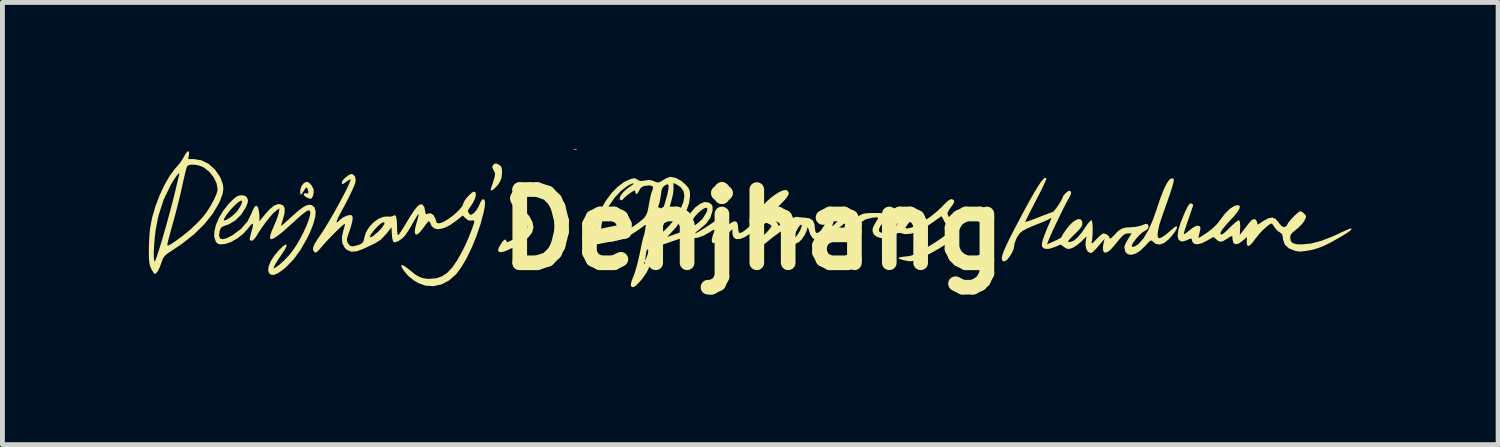
<source format=kicad_pcb>
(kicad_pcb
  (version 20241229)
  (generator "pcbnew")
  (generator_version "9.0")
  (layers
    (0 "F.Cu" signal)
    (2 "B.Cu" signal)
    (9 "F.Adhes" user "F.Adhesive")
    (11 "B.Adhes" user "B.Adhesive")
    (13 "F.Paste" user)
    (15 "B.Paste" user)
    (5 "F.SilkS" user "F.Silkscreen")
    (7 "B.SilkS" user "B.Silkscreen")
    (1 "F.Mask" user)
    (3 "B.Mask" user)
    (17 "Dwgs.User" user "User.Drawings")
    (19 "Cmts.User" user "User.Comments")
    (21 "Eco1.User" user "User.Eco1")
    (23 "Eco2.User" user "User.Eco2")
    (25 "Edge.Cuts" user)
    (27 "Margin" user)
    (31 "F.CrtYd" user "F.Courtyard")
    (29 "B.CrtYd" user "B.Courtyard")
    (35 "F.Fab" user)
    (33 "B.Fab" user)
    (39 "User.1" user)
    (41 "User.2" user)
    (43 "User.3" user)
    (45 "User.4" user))
  (footprint "Denjhang"
    (layer "F.Cu")
    (at 12.385 1.656)
    (property "Reference" "Denjhang" (at 0 0 0) (layer "F.SilkS") (effects (font (size 1.5 1.5) (thickness 0.3))))
    (attr board_only exclude_from_pos_files exclude_from_bom)
    (fp_poly (pts (xy -3.619 -1.653) (xy -3.616 -1.644) (xy -3.65 -1.64) (xy -3.686 -1.644) (xy -3.682 -1.653) (xy -3.63 -1.656)) (stroke (width 0) (type solid)) (fill yes) (layer "F.SilkS"))
    (fp_poly (pts (xy -5.257 -1.353) (xy -5.217 -1.333) (xy -5.175 -1.303) (xy -5.155 -1.265) (xy -5.149 -1.201) (xy -5.149 -1.164) (xy -5.158 -1.067) (xy -5.188 -0.988) (xy -5.228 -0.926) (xy -5.277 -0.869) (xy -5.324 -0.826) (xy -5.363 -0.804) (xy -5.383 -0.807) (xy -5.379 -0.835) (xy -5.364 -0.876) (xy -5.341 -0.948) (xy -5.322 -1.006) (xy -5.299 -1.087) (xy -5.292 -1.139) (xy -5.302 -1.179) (xy -5.322 -1.218) (xy -5.348 -1.271) (xy -5.347 -1.304) (xy -5.325 -1.332) (xy -5.292 -1.357)) (stroke (width 0) (type solid)) (fill yes) (layer "F.SilkS"))
    (fp_poly (pts (xy -9.101 -0.961) (xy -9.052 -0.908) (xy -9.016 -0.841) (xy -9.01 -0.824) (xy -9.007 -0.763) (xy -9.02 -0.698) (xy -9.044 -0.649) (xy -9.071 -0.632) (xy -9.115 -0.645) (xy -9.157 -0.664) (xy -9.2 -0.696) (xy -9.214 -0.729) (xy -9.196 -0.747) (xy -9.163 -0.743) (xy -9.124 -0.742) (xy -9.116 -0.776) (xy -9.135 -0.841) (xy -9.15 -0.865) (xy -9.169 -0.856) (xy -9.201 -0.81) (xy -9.213 -0.79) (xy -9.251 -0.734) (xy -9.272 -0.719) (xy -9.283 -0.738) (xy -9.283 -0.818) (xy -9.256 -0.896) (xy -9.21 -0.955) (xy -9.154 -0.982) (xy -9.149 -0.982)) (stroke (width 0) (type solid)) (fill yes) (layer "F.SilkS"))
    (fp_poly (pts (xy -4.552 -0.967) (xy -4.53 -0.933) (xy -4.55 -0.894) (xy -4.607 -0.86) (xy -4.62 -0.856) (xy -4.694 -0.82) (xy -4.773 -0.764) (xy -4.798 -0.742) (xy -4.844 -0.694) (xy -4.865 -0.652) (xy -4.859 -0.606) (xy -4.824 -0.549) (xy -4.757 -0.47) (xy -4.707 -0.416) (xy -4.593 -0.28) (xy -4.526 -0.158) (xy -4.504 -0.048) (xy -4.53 0.054) (xy -4.604 0.152) (xy -4.726 0.25) (xy -4.858 0.33) (xy -4.989 0.398) (xy -5.085 0.441) (xy -5.153 0.46) (xy -5.199 0.458) (xy -5.214 0.451) (xy -5.23 0.43) (xy -5.224 0.393) (xy -5.193 0.328) (xy -5.186 0.316) (xy -5.14 0.245) (xy -5.099 0.207) (xy -5.07 0.204) (xy -5.06 0.239) (xy -5.049 0.255) (xy -5.013 0.246) (xy -4.944 0.213) (xy -4.915 0.197) (xy -4.781 0.119) (xy -4.691 0.054) (xy -4.641 -0.004) (xy -4.629 -0.064) (xy -4.652 -0.131) (xy -4.708 -0.213) (xy -4.739 -0.252) (xy -4.842 -0.38) (xy -4.916 -0.478) (xy -4.962 -0.553) (xy -4.984 -0.613) (xy -4.985 -0.665) (xy -4.968 -0.716) (xy -4.951 -0.748) (xy -4.902 -0.809) (xy -4.828 -0.869) (xy -4.743 -0.921) (xy -4.658 -0.958) (xy -4.588 -0.974)) (stroke (width 0) (type solid)) (fill yes) (layer "F.SilkS"))
    (fp_poly (pts (xy -11.559 -1.564) (xy -11.564 -1.533) (xy -11.58 -1.447) (xy -11.46 -1.447) (xy -11.306 -1.421) (xy -11.163 -1.35) (xy -11.036 -1.239) (xy -10.933 -1.092) (xy -10.907 -1.038) (xy -10.869 -0.934) (xy -10.858 -0.836) (xy -10.875 -0.73) (xy -10.922 -0.604) (xy -10.951 -0.54) (xy -11.077 -0.326) (xy -11.247 -0.114) (xy -11.457 0.093) (xy -11.702 0.287) (xy -11.862 0.395) (xy -11.962 0.46) (xy -12.028 0.508) (xy -12.07 0.55) (xy -12.098 0.595) (xy -12.119 0.653) (xy -12.123 0.663) (xy -12.165 0.778) (xy -12.208 0.86) (xy -12.246 0.902) (xy -12.26 0.906) (xy -12.285 0.886) (xy -12.319 0.834) (xy -12.334 0.807) (xy -12.358 0.751) (xy -12.374 0.687) (xy -12.382 0.603) (xy -12.384 0.542) (xy -12.284 0.542) (xy -12.279 0.617) (xy -12.268 0.653) (xy -12.264 0.655) (xy -12.252 0.631) (xy -12.228 0.567) (xy -12.195 0.468) (xy -12.155 0.341) (xy -12.145 0.308) (xy -12.005 0.308) (xy -12.002 0.323) (xy -11.993 0.327) (xy -11.993 0.327) (xy -11.966 0.314) (xy -11.91 0.281) (xy -11.848 0.241) (xy -11.685 0.121) (xy -11.519 -0.017) (xy -11.37 -0.16) (xy -11.271 -0.269) (xy -11.192 -0.374) (xy -11.118 -0.492) (xy -11.053 -0.611) (xy -11.004 -0.719) (xy -10.978 -0.804) (xy -10.976 -0.831) (xy -10.998 -0.952) (xy -11.058 -1.075) (xy -11.147 -1.186) (xy -11.256 -1.272) (xy -11.28 -1.285) (xy -11.366 -1.317) (xy -11.458 -1.332) (xy -11.539 -1.33) (xy -11.592 -1.309) (xy -11.598 -1.303) (xy -11.612 -1.268) (xy -11.633 -1.193) (xy -11.658 -1.089) (xy -11.686 -0.966) (xy -11.693 -0.931) (xy -11.725 -0.785) (xy -11.768 -0.609) (xy -11.815 -0.42) (xy -11.863 -0.237) (xy -11.886 -0.157) (xy -11.932 0.008) (xy -11.965 0.131) (xy -11.988 0.218) (xy -12.001 0.275) (xy -12.005 0.308) (xy -12.145 0.308) (xy -12.11 0.193) (xy -12.089 0.12) (xy -12.036 -0.063) (xy -11.984 -0.253) (xy -11.934 -0.437) (xy -11.891 -0.602) (xy -11.858 -0.733) (xy -11.856 -0.743) (xy -11.826 -0.868) (xy -11.799 -0.98) (xy -11.778 -1.066) (xy -11.765 -1.116) (xy -11.764 -1.12) (xy -11.76 -1.154) (xy -11.777 -1.149) (xy -11.812 -1.111) (xy -11.859 -1.044) (xy -11.916 -0.953) (xy -11.931 -0.928) (xy -12.082 -0.616) (xy -12.19 -0.282) (xy -12.246 0.011) (xy -12.264 0.162) (xy -12.276 0.306) (xy -12.283 0.436) (xy -12.284 0.542) (xy -12.384 0.542) (xy -12.385 0.487) (xy -12.385 0.431) (xy -12.383 0.291) (xy -12.375 0.144) (xy -12.365 0.013) (xy -12.358 -0.042) (xy -12.317 -0.253) (xy -12.252 -0.475) (xy -12.168 -0.697) (xy -12.07 -0.907) (xy -11.963 -1.094) (xy -11.853 -1.246) (xy -11.812 -1.29) (xy -11.745 -1.37) (xy -11.686 -1.459) (xy -11.669 -1.491) (xy -11.626 -1.566) (xy -11.589 -1.604) (xy -11.566 -1.605)) (stroke (width 0) (type solid)) (fill yes) (layer "F.SilkS"))
    (fp_poly (pts (xy -10.418 -0.697) (xy -10.38 -0.666) (xy -10.367 -0.643) (xy -10.355 -0.6) (xy -10.361 -0.551) (xy -10.389 -0.48) (xy -10.407 -0.442) (xy -10.498 -0.302) (xy -10.617 -0.187) (xy -10.751 -0.108) (xy -10.799 -0.091) (xy -10.871 -0.065) (xy -10.911 -0.033) (xy -10.933 0.021) (xy -10.935 0.031) (xy -10.947 0.124) (xy -10.926 0.179) (xy -10.873 0.196) (xy -10.789 0.175) (xy -10.675 0.115) (xy -10.668 0.111) (xy -10.494 -0.019) (xy -10.366 -0.166) (xy -10.281 -0.334) (xy -10.273 -0.357) (xy -10.244 -0.425) (xy -10.212 -0.474) (xy -10.207 -0.479) (xy -10.178 -0.492) (xy -10.155 -0.465) (xy -10.145 -0.442) (xy -10.128 -0.371) (xy -10.12 -0.285) (xy -10.12 -0.273) (xy -10.12 -0.172) (xy -10.009 -0.308) (xy -9.909 -0.42) (xy -9.824 -0.49) (xy -9.748 -0.522) (xy -9.697 -0.524) (xy -9.632 -0.497) (xy -9.601 -0.435) (xy -9.605 -0.336) (xy -9.633 -0.229) (xy -9.657 -0.15) (xy -9.673 -0.095) (xy -9.675 -0.076) (xy -9.655 -0.092) (xy -9.605 -0.135) (xy -9.533 -0.199) (xy -9.449 -0.276) (xy -9.33 -0.381) (xy -9.237 -0.453) (xy -9.165 -0.495) (xy -9.105 -0.511) (xy -9.052 -0.504) (xy -9.044 -0.501) (xy -8.99 -0.456) (xy -8.968 -0.375) (xy -8.976 -0.261) (xy -9.015 -0.116) (xy -9.084 0.056) (xy -9.141 0.174) (xy -9.277 0.413) (xy -9.42 0.609) (xy -9.576 0.768) (xy -9.635 0.818) (xy -9.74 0.891) (xy -9.819 0.926) (xy -9.879 0.924) (xy -9.913 0.901) (xy -9.941 0.84) (xy -9.932 0.753) (xy -9.889 0.649) (xy -9.814 0.532) (xy -9.724 0.424) (xy -9.643 0.345) (xy -9.589 0.307) (xy -9.563 0.308) (xy -9.568 0.346) (xy -9.605 0.418) (xy -9.663 0.506) (xy -9.731 0.605) (xy -9.784 0.69) (xy -9.817 0.754) (xy -9.827 0.79) (xy -9.813 0.792) (xy -9.716 0.723) (xy -9.608 0.626) (xy -9.504 0.514) (xy -9.447 0.442) (xy -9.368 0.327) (xy -9.292 0.198) (xy -9.222 0.064) (xy -9.162 -0.066) (xy -9.116 -0.185) (xy -9.086 -0.284) (xy -9.076 -0.355) (xy -9.086 -0.386) (xy -9.106 -0.396) (xy -9.135 -0.389) (xy -9.179 -0.362) (xy -9.243 -0.313) (xy -9.331 -0.236) (xy -9.45 -0.128) (xy -9.478 -0.103) (xy -9.625 0.029) (xy -9.741 0.122) (xy -9.825 0.178) (xy -9.878 0.197) (xy -9.903 0.178) (xy -9.899 0.121) (xy -9.867 0.027) (xy -9.832 -0.053) (xy -9.787 -0.158) (xy -9.75 -0.256) (xy -9.727 -0.331) (xy -9.723 -0.348) (xy -9.709 -0.437) (xy -9.786 -0.382) (xy -9.843 -0.33) (xy -9.917 -0.245) (xy -9.999 -0.141) (xy -10.08 -0.028) (xy -10.151 0.082) (xy -10.173 0.119) (xy -10.219 0.186) (xy -10.263 0.223) (xy -10.277 0.226) (xy -10.306 0.222) (xy -10.318 0.202) (xy -10.314 0.157) (xy -10.293 0.077) (xy -10.281 0.035) (xy -10.256 -0.062) (xy -10.251 -0.114) (xy -10.268 -0.121) (xy -10.306 -0.084) (xy -10.347 -0.032) (xy -10.447 0.08) (xy -10.569 0.177) (xy -10.698 0.251) (xy -10.82 0.292) (xy -10.85 0.296) (xy -10.926 0.301) (xy -10.971 0.29) (xy -11.003 0.258) (xy -11.014 0.242) (xy -11.046 0.15) (xy -11.043 0.033) (xy -11.01 -0.101) (xy -10.968 -0.197) (xy -10.85 -0.197) (xy -10.833 -0.188) (xy -10.789 -0.205) (xy -10.73 -0.242) (xy -10.665 -0.291) (xy -10.606 -0.344) (xy -10.57 -0.386) (xy -10.512 -0.475) (xy -10.48 -0.546) (xy -10.477 -0.59) (xy -10.48 -0.595) (xy -10.509 -0.592) (xy -10.56 -0.557) (xy -10.624 -0.5) (xy -10.692 -0.429) (xy -10.757 -0.353) (xy -10.81 -0.282) (xy -10.843 -0.223) (xy -10.85 -0.197) (xy -10.968 -0.197) (xy -10.948 -0.244) (xy -10.862 -0.388) (xy -10.753 -0.525) (xy -10.724 -0.556) (xy -10.647 -0.632) (xy -10.59 -0.677) (xy -10.542 -0.699) (xy -10.492 -0.705) (xy -10.487 -0.705)) (stroke (width 0) (type solid)) (fill yes) (layer "F.SilkS"))
    (fp_poly (pts (xy 8.973 -0.538) (xy 9.007 -0.516) (xy 9.012 -0.505) (xy 9.004 -0.475) (xy 8.982 -0.409) (xy 8.95 -0.314) (xy 8.911 -0.202) (xy 8.872 -0.091) (xy 8.842 0.001) (xy 8.824 0.066) (xy 8.82 0.093) (xy 8.82 0.093) (xy 8.843 0.085) (xy 8.89 0.051) (xy 8.915 0.03) (xy 9.009 -0.043) (xy 9.078 -0.079) (xy 9.128 -0.08) (xy 9.139 -0.075) (xy 9.159 -0.052) (xy 9.16 -0.01) (xy 9.145 0.055) (xy 9.129 0.121) (xy 9.122 0.163) (xy 9.122 0.169) (xy 9.144 0.159) (xy 9.198 0.126) (xy 9.272 0.078) (xy 9.295 0.063) (xy 9.41 -0.026) (xy 9.506 -0.121) (xy 9.543 -0.169) (xy 9.656 -0.32) (xy 9.762 -0.427) (xy 9.86 -0.488) (xy 9.93 -0.503) (xy 9.966 -0.488) (xy 9.965 -0.444) (xy 9.928 -0.375) (xy 9.855 -0.282) (xy 9.796 -0.218) (xy 9.681 -0.093) (xy 9.606 0.001) (xy 9.571 0.064) (xy 9.576 0.096) (xy 9.595 0.101) (xy 9.625 0.084) (xy 9.68 0.038) (xy 9.748 -0.027) (xy 9.773 -0.052) (xy 9.844 -0.12) (xy 9.904 -0.17) (xy 9.944 -0.194) (xy 9.951 -0.194) (xy 9.97 -0.161) (xy 9.976 -0.082) (xy 9.975 -0.039) (xy 9.968 0.106) (xy 10.026 0.034) (xy 10.078 -0.033) (xy 10.138 -0.112) (xy 10.154 -0.134) (xy 10.215 -0.199) (xy 10.267 -0.219) (xy 10.305 -0.195) (xy 10.32 -0.157) (xy 10.334 -0.101) (xy 10.447 -0.176) (xy 10.55 -0.233) (xy 10.631 -0.249) (xy 10.699 -0.222) (xy 10.763 -0.15) (xy 10.783 -0.12) (xy 10.832 -0.068) (xy 10.884 -0.052) (xy 10.925 -0.075) (xy 10.938 -0.1) (xy 10.964 -0.147) (xy 11.015 -0.209) (xy 11.077 -0.275) (xy 11.139 -0.333) (xy 11.189 -0.37) (xy 11.21 -0.378) (xy 11.251 -0.36) (xy 11.292 -0.325) (xy 11.32 -0.29) (xy 11.325 -0.259) (xy 11.306 -0.212) (xy 11.29 -0.181) (xy 11.24 -0.113) (xy 11.168 -0.04) (xy 11.12 -0.000403) (xy 11.05 0.056) (xy 11.014 0.102) (xy 11.001 0.151) (xy 11.001 0.169) (xy 11.013 0.234) (xy 11.053 0.276) (xy 11.129 0.297) (xy 11.232 0.302) (xy 11.425 0.284) (xy 11.637 0.229) (xy 11.873 0.137) (xy 11.954 0.1) (xy 12.06 0.05) (xy 12.149 0.01) (xy 12.212 -0.017) (xy 12.238 -0.025) (xy 12.26 -0.017) (xy 12.242 0.01) (xy 12.181 0.056) (xy 12.076 0.122) (xy 12.039 0.144) (xy 11.86 0.246) (xy 11.71 0.322) (xy 11.579 0.375) (xy 11.459 0.411) (xy 11.378 0.426) (xy 11.284 0.441) (xy 11.222 0.448) (xy 11.176 0.447) (xy 11.129 0.439) (xy 11.089 0.43) (xy 10.968 0.381) (xy 10.89 0.305) (xy 10.853 0.201) (xy 10.85 0.154) (xy 10.833 0.09) (xy 10.786 0.054) (xy 10.728 0.012) (xy 10.679 -0.05) (xy 10.679 -0.05) (xy 10.646 -0.101) (xy 10.622 -0.125) (xy 10.621 -0.126) (xy 10.577 -0.108) (xy 10.513 -0.059) (xy 10.438 0.01) (xy 10.362 0.091) (xy 10.297 0.174) (xy 10.292 0.18) (xy 10.218 0.277) (xy 10.164 0.328) (xy 10.129 0.334) (xy 10.112 0.294) (xy 10.11 0.246) (xy 10.113 0.152) (xy 10.027 0.227) (xy 9.944 0.285) (xy 9.88 0.299) (xy 9.837 0.269) (xy 9.818 0.196) (xy 9.818 0.174) (xy 9.815 0.14) (xy 9.801 0.13) (xy 9.765 0.147) (xy 9.702 0.189) (xy 9.624 0.235) (xy 9.568 0.248) (xy 9.52 0.228) (xy 9.49 0.201) (xy 9.45 0.165) (xy 9.428 0.151) (xy 9.402 0.163) (xy 9.346 0.195) (xy 9.29 0.228) (xy 9.187 0.279) (xy 9.098 0.3) (xy 9.032 0.289) (xy 8.995 0.248) (xy 8.991 0.233) (xy 8.983 0.192) (xy 8.965 0.18) (xy 8.924 0.195) (xy 8.884 0.215) (xy 8.817 0.238) (xy 8.761 0.239) (xy 8.759 0.239) (xy 8.711 0.2) (xy 8.693 0.126) (xy 8.707 0.014) (xy 8.752 -0.136) (xy 8.828 -0.324) (xy 8.849 -0.371) (xy 8.896 -0.467) (xy 8.931 -0.521) (xy 8.96 -0.54)) (stroke (width 0) (type solid)) (fill yes) (layer "F.SilkS"))
    (fp_poly (pts (xy 6.005 -1.052) (xy 5.999 -1.026) (xy 5.972 -0.962) (xy 5.928 -0.868) (xy 5.87 -0.752) (xy 5.802 -0.618) (xy 5.793 -0.601) (xy 5.723 -0.467) (xy 5.662 -0.349) (xy 5.615 -0.254) (xy 5.584 -0.188) (xy 5.573 -0.159) (xy 5.573 -0.158) (xy 5.598 -0.164) (xy 5.661 -0.184) (xy 5.75 -0.217) (xy 5.843 -0.253) (xy 5.951 -0.295) (xy 6.044 -0.33) (xy 6.11 -0.354) (xy 6.137 -0.362) (xy 6.163 -0.385) (xy 6.205 -0.438) (xy 6.253 -0.507) (xy 6.298 -0.579) (xy 6.331 -0.641) (xy 6.344 -0.677) (xy 6.36 -0.705) (xy 6.401 -0.75) (xy 6.407 -0.756) (xy 6.456 -0.793) (xy 6.489 -0.794) (xy 6.5 -0.785) (xy 6.513 -0.754) (xy 6.498 -0.706) (xy 6.473 -0.661) (xy 6.436 -0.594) (xy 6.383 -0.493) (xy 6.321 -0.369) (xy 6.255 -0.234) (xy 6.19 -0.097) (xy 6.131 0.028) (xy 6.085 0.131) (xy 6.058 0.195) (xy 6.017 0.301) (xy 6.162 0.237) (xy 6.238 0.201) (xy 6.293 0.17) (xy 6.313 0.153) (xy 6.348 0.085) (xy 6.406 0.000355) (xy 6.474 -0.084) (xy 6.538 -0.15) (xy 6.554 -0.162) (xy 6.636 -0.212) (xy 6.697 -0.218) (xy 6.733 -0.181) (xy 6.742 -0.141) (xy 6.74 -0.099) (xy 6.72 -0.055) (xy 6.675 0.001) (xy 6.599 0.078) (xy 6.597 0.08) (xy 6.528 0.148) (xy 6.475 0.203) (xy 6.447 0.236) (xy 6.444 0.24) (xy 6.465 0.25) (xy 6.493 0.252) (xy 6.56 0.229) (xy 6.64 0.163) (xy 6.729 0.059) (xy 6.796 -0.04) (xy 6.849 -0.117) (xy 6.895 -0.171) (xy 6.926 -0.194) (xy 6.93 -0.194) (xy 6.943 -0.166) (xy 6.951 -0.101) (xy 6.954 -0.013) (xy 6.952 0.086) (xy 6.945 0.181) (xy 6.933 0.252) (xy 6.931 0.28) (xy 6.944 0.28) (xy 6.98 0.248) (xy 7.03 0.195) (xy 7.092 0.133) (xy 7.144 0.09) (xy 7.172 0.076) (xy 7.233 0.092) (xy 7.283 0.13) (xy 7.301 0.171) (xy 7.313 0.184) (xy 7.348 0.159) (xy 7.395 0.109) (xy 7.477 0.026) (xy 7.551 -0.022) (xy 7.635 -0.045) (xy 7.738 -0.05) (xy 7.842 -0.059) (xy 7.937 -0.081) (xy 7.967 -0.093) (xy 8.035 -0.118) (xy 8.075 -0.114) (xy 8.084 -0.107) (xy 8.101 -0.061) (xy 8.078 -0.013) (xy 8.025 0.023) (xy 7.971 0.057) (xy 7.906 0.116) (xy 7.841 0.188) (xy 7.788 0.259) (xy 7.757 0.316) (xy 7.753 0.333) (xy 7.77 0.353) (xy 7.814 0.344) (xy 7.872 0.31) (xy 7.903 0.283) (xy 8.001 0.168) (xy 8.096 0.006) (xy 8.187 -0.2) (xy 8.258 -0.403) (xy 8.335 -0.632) (xy 8.405 -0.812) (xy 8.468 -0.943) (xy 8.524 -1.024) (xy 8.573 -1.055) (xy 8.611 -1.04) (xy 8.616 -1.024) (xy 8.613 -0.991) (xy 8.6 -0.936) (xy 8.576 -0.854) (xy 8.54 -0.742) (xy 8.489 -0.595) (xy 8.423 -0.407) (xy 8.372 -0.264) (xy 8.324 -0.115) (xy 8.294 0.009) (xy 8.283 0.102) (xy 8.291 0.159) (xy 8.314 0.176) (xy 8.37 0.157) (xy 8.452 0.102) (xy 8.552 0.016) (xy 8.565 0.004) (xy 8.63 -0.051) (xy 8.67 -0.07) (xy 8.684 -0.057) (xy 8.674 -0.02) (xy 8.642 0.038) (xy 8.589 0.11) (xy 8.517 0.192) (xy 8.516 0.193) (xy 8.419 0.271) (xy 8.328 0.305) (xy 8.246 0.291) (xy 8.194 0.251) (xy 8.169 0.227) (xy 8.146 0.222) (xy 8.116 0.241) (xy 8.069 0.289) (xy 8.025 0.339) (xy 7.925 0.433) (xy 7.829 0.492) (xy 7.743 0.516) (xy 7.672 0.503) (xy 7.624 0.455) (xy 7.603 0.371) (xy 7.602 0.355) (xy 7.615 0.311) (xy 7.648 0.243) (xy 7.677 0.194) (xy 7.752 0.076) (xy 7.68 0.076) (xy 7.642 0.079) (xy 7.606 0.094) (xy 7.566 0.126) (xy 7.513 0.182) (xy 7.442 0.269) (xy 7.395 0.327) (xy 7.312 0.418) (xy 7.244 0.465) (xy 7.195 0.47) (xy 7.167 0.432) (xy 7.164 0.352) (xy 7.175 0.284) (xy 7.196 0.189) (xy 7.132 0.264) (xy 7.051 0.359) (xy 6.995 0.421) (xy 6.957 0.457) (xy 6.931 0.474) (xy 6.91 0.478) (xy 6.859 0.456) (xy 6.823 0.396) (xy 6.806 0.314) (xy 6.81 0.246) (xy 6.827 0.138) (xy 6.717 0.245) (xy 6.643 0.308) (xy 6.566 0.36) (xy 6.524 0.38) (xy 6.46 0.396) (xy 6.41 0.384) (xy 6.369 0.357) (xy 6.298 0.304) (xy 6.173 0.357) (xy 6.063 0.392) (xy 5.982 0.393) (xy 5.982 0.393) (xy 5.941 0.376) (xy 5.918 0.346) (xy 5.913 0.298) (xy 5.926 0.226) (xy 5.959 0.125) (xy 6.014 -0.012) (xy 6.079 -0.162) (xy 6.103 -0.222) (xy 6.105 -0.243) (xy 6.087 -0.232) (xy 6.083 -0.23) (xy 6.045 -0.208) (xy 5.971 -0.174) (xy 5.872 -0.133) (xy 5.785 -0.099) (xy 5.627 -0.033) (xy 5.516 0.026) (xy 5.458 0.074) (xy 5.4 0.161) (xy 5.356 0.27) (xy 5.337 0.372) (xy 5.337 0.379) (xy 5.324 0.421) (xy 5.291 0.487) (xy 5.262 0.536) (xy 5.202 0.615) (xy 5.15 0.651) (xy 5.111 0.643) (xy 5.094 0.617) (xy 5.091 0.579) (xy 5.103 0.519) (xy 5.133 0.435) (xy 5.183 0.321) (xy 5.254 0.174) (xy 5.348 -0.009) (xy 5.427 -0.159) (xy 5.555 -0.4) (xy 5.663 -0.598) (xy 5.753 -0.757) (xy 5.827 -0.879) (xy 5.886 -0.967) (xy 5.932 -1.025) (xy 5.967 -1.055) (xy 5.994 -1.059)) (stroke (width 0) (type solid)) (fill yes) (layer "F.SilkS"))
    (fp_poly (pts (xy -8.165 -1.097) (xy -8.146 -1.023) (xy -8.155 -0.961) (xy -8.181 -0.892) (xy -8.226 -0.79) (xy -8.287 -0.664) (xy -8.359 -0.523) (xy -8.437 -0.378) (xy -8.47 -0.319) (xy -8.513 -0.234) (xy -8.535 -0.175) (xy -8.536 -0.148) (xy -8.513 -0.157) (xy -8.482 -0.19) (xy -8.42 -0.242) (xy -8.338 -0.284) (xy -8.262 -0.302) (xy -8.258 -0.302) (xy -8.221 -0.288) (xy -8.208 -0.242) (xy -8.218 -0.161) (xy -8.251 -0.042) (xy -8.275 0.027) (xy -8.308 0.123) (xy -8.325 0.185) (xy -8.327 0.226) (xy -8.316 0.259) (xy -8.299 0.286) (xy -8.258 0.333) (xy -8.209 0.342) (xy -8.187 0.338) (xy -8.085 0.312) (xy -8.023 0.282) (xy -7.989 0.24) (xy -7.973 0.178) (xy -7.973 0.173) (xy -7.963 0.139) (xy -7.854 0.139) (xy -7.845 0.157) (xy -7.813 0.145) (xy -7.754 0.101) (xy -7.683 0.038) (xy -7.621 -0.027) (xy -7.603 -0.05) (xy -7.563 -0.11) (xy -7.555 -0.141) (xy -7.577 -0.151) (xy -7.586 -0.151) (xy -7.623 -0.133) (xy -7.678 -0.086) (xy -7.74 -0.023) (xy -7.797 0.044) (xy -7.839 0.103) (xy -7.854 0.139) (xy -7.963 0.139) (xy -7.938 0.056) (xy -7.87 -0.055) (xy -7.78 -0.152) (xy -7.678 -0.225) (xy -7.572 -0.265) (xy -7.498 -0.269) (xy -7.43 -0.267) (xy -7.384 -0.279) (xy -7.38 -0.282) (xy -7.345 -0.3) (xy -7.32 -0.27) (xy -7.305 -0.192) (xy -7.3 -0.073) (xy -7.297 0.034) (xy -7.289 0.097) (xy -7.276 0.114) (xy -7.275 0.113) (xy -7.253 0.086) (xy -7.212 0.025) (xy -7.158 -0.06) (xy -7.108 -0.144) (xy -7.015 -0.296) (xy -6.941 -0.406) (xy -6.881 -0.478) (xy -6.833 -0.515) (xy -6.794 -0.52) (xy -6.779 -0.514) (xy -6.743 -0.466) (xy -6.726 -0.394) (xy -6.718 -0.335) (xy -6.702 -0.316) (xy -6.669 -0.328) (xy -6.667 -0.329) (xy -6.609 -0.336) (xy -6.555 -0.301) (xy -6.515 -0.229) (xy -6.506 -0.196) (xy -6.489 -0.144) (xy -6.457 -0.13) (xy -6.415 -0.135) (xy -6.34 -0.164) (xy -6.251 -0.217) (xy -6.157 -0.286) (xy -6.069 -0.363) (xy -5.997 -0.439) (xy -5.952 -0.505) (xy -5.941 -0.541) (xy -5.924 -0.582) (xy -5.883 -0.64) (xy -5.828 -0.702) (xy -5.774 -0.753) (xy -5.733 -0.779) (xy -5.726 -0.78) (xy -5.691 -0.762) (xy -5.684 -0.711) (xy -5.703 -0.637) (xy -5.745 -0.549) (xy -5.802 -0.464) (xy -5.84 -0.409) (xy -5.847 -0.372) (xy -5.828 -0.337) (xy -5.802 -0.307) (xy -5.777 -0.306) (xy -5.732 -0.336) (xy -5.726 -0.34) (xy -5.675 -0.396) (xy -5.629 -0.474) (xy -5.617 -0.502) (xy -5.586 -0.57) (xy -5.556 -0.615) (xy -5.544 -0.623) (xy -5.51 -0.615) (xy -5.496 -0.563) (xy -5.503 -0.468) (xy -5.525 -0.356) (xy -5.591 -0.11) (xy -5.674 0.134) (xy -5.768 0.366) (xy -5.871 0.578) (xy -5.976 0.76) (xy -6.081 0.902) (xy -6.091 0.914) (xy -6.233 1.04) (xy -6.388 1.121) (xy -6.552 1.157) (xy -6.718 1.146) (xy -6.866 1.094) (xy -6.958 1.037) (xy -7.048 0.967) (xy -7.083 0.932) (xy -7.161 0.839) (xy -7.204 0.771) (xy -7.215 0.732) (xy -7.192 0.724) (xy -7.139 0.751) (xy -7.054 0.816) (xy -7.049 0.82) (xy -6.942 0.907) (xy -6.854 0.962) (xy -6.772 0.993) (xy -6.681 1.006) (xy -6.627 1.007) (xy -6.496 0.995) (xy -6.38 0.956) (xy -6.274 0.886) (xy -6.172 0.779) (xy -6.071 0.633) (xy -5.964 0.442) (xy -5.956 0.428) (xy -5.905 0.323) (xy -5.852 0.206) (xy -5.803 0.086) (xy -5.76 -0.024) (xy -5.73 -0.113) (xy -5.715 -0.17) (xy -5.714 -0.178) (xy -5.735 -0.191) (xy -5.776 -0.187) (xy -5.837 -0.189) (xy -5.895 -0.231) (xy -5.954 -0.29) (xy -6.083 -0.186) (xy -6.217 -0.092) (xy -6.339 -0.033) (xy -6.445 -0.009) (xy -6.53 -0.022) (xy -6.589 -0.072) (xy -6.604 -0.102) (xy -6.628 -0.153) (xy -6.648 -0.176) (xy -6.648 -0.176) (xy -6.67 -0.157) (xy -6.71 -0.107) (xy -6.76 -0.038) (xy -6.832 0.053) (xy -6.886 0.098) (xy -6.922 0.097) (xy -6.937 0.053) (xy -6.929 -0.032) (xy -6.9 -0.142) (xy -6.875 -0.227) (xy -6.86 -0.291) (xy -6.858 -0.321) (xy -6.858 -0.321) (xy -6.874 -0.306) (xy -6.907 -0.255) (xy -6.952 -0.178) (xy -6.975 -0.139) (xy -7.031 -0.04) (xy -7.087 0.05) (xy -7.132 0.115) (xy -7.141 0.127) (xy -7.204 0.187) (xy -7.274 0.234) (xy -7.336 0.257) (xy -7.372 0.254) (xy -7.387 0.222) (xy -7.4 0.156) (xy -7.406 0.094) (xy -7.414 -0.05) (xy -7.518 0.084) (xy -7.639 0.21) (xy -7.744 0.276) (xy -7.845 0.324) (xy -7.953 0.375) (xy -7.991 0.393) (xy -8.125 0.443) (xy -8.235 0.451) (xy -8.323 0.417) (xy -8.368 0.376) (xy -8.421 0.277) (xy -8.431 0.156) (xy -8.399 0.011) (xy -8.395 -0.001) (xy -8.375 -0.068) (xy -8.367 -0.112) (xy -8.369 -0.12) (xy -8.39 -0.109) (xy -8.439 -0.068) (xy -8.507 -0.004) (xy -8.587 0.075) (xy -8.672 0.162) (xy -8.754 0.249) (xy -8.827 0.33) (xy -8.856 0.365) (xy -8.914 0.431) (xy -8.95 0.464) (xy -8.976 0.469) (xy -9 0.451) (xy -9.022 0.413) (xy -9.019 0.362) (xy -8.989 0.292) (xy -8.929 0.194) (xy -8.877 0.118) (xy -8.816 0.028) (xy -8.746 -0.085) (xy -8.669 -0.214) (xy -8.589 -0.352) (xy -8.51 -0.494) (xy -8.436 -0.631) (xy -8.369 -0.758) (xy -8.314 -0.869) (xy -8.274 -0.956) (xy -8.253 -1.012) (xy -8.253 -1.032) (xy -8.287 -1.018) (xy -8.337 -0.983) (xy -8.339 -0.982) (xy -8.396 -0.942) (xy -8.424 -0.935) (xy -8.433 -0.962) (xy -8.433 -0.967) (xy -8.414 -1.008) (xy -8.368 -1.059) (xy -8.309 -1.106) (xy -8.253 -1.137) (xy -8.218 -1.142)) (stroke (width 0) (type solid)) (fill yes) (layer "F.SilkS"))
    (fp_poly (pts (xy -1.586 -1.06) (xy -1.474 -0.999) (xy -1.385 -0.92) (xy -1.334 -0.862) (xy -1.307 -0.81) (xy -1.298 -0.744) (xy -1.297 -0.682) (xy -1.318 -0.538) (xy -1.376 -0.378) (xy -1.465 -0.213) (xy -1.579 -0.056) (xy -1.627 -0.001) (xy -1.766 0.15) (xy -1.632 0.103) (xy -1.528 0.066) (xy -1.463 0.039) (xy -1.428 0.017) (xy -1.413 -0.007) (xy -1.41 -0.038) (xy -1.409 -0.047) (xy -1.407 -0.059) (xy -1.282 -0.059) (xy -1.253 -0.06) (xy -1.191 -0.095) (xy -1.157 -0.117) (xy -1.044 -0.218) (xy -0.964 -0.346) (xy -0.945 -0.396) (xy -0.943 -0.439) (xy -0.967 -0.45) (xy -1.011 -0.434) (xy -1.067 -0.398) (xy -1.127 -0.347) (xy -1.185 -0.285) (xy -1.232 -0.219) (xy -1.257 -0.168) (xy -1.282 -0.094) (xy -1.282 -0.059) (xy -1.407 -0.059) (xy -1.391 -0.14) (xy -1.344 -0.248) (xy -1.277 -0.356) (xy -1.199 -0.446) (xy -1.185 -0.459) (xy -1.084 -0.533) (xy -1 -0.566) (xy -0.927 -0.56) (xy -0.888 -0.54) (xy -0.849 -0.507) (xy -0.834 -0.467) (xy -0.836 -0.4) (xy -0.837 -0.386) (xy -0.878 -0.249) (xy -0.968 -0.121) (xy -1.097 -0.01) (xy -1.157 0.035) (xy -1.191 0.066) (xy -1.193 0.076) (xy -1.158 0.062) (xy -1.091 0.025) (xy -1.002 -0.03) (xy -0.9 -0.097) (xy -0.808 -0.16) (xy -0.724 -0.21) (xy -0.668 -0.219) (xy -0.638 -0.185) (xy -0.634 -0.109) (xy -0.636 -0.087) (xy -0.648 0.026) (xy -0.537 -0.077) (xy -0.448 -0.147) (xy -0.383 -0.174) (xy -0.339 -0.157) (xy -0.316 -0.095) (xy -0.312 -0.055) (xy -0.305 0.026) (xy -0.291 0.063) (xy -0.262 0.066) (xy -0.222 0.048) (xy -0.171 0.013) (xy -0.106 -0.041) (xy -0.035 -0.106) (xy 0.03 -0.172) (xy 0.082 -0.229) (xy 0.11 -0.269) (xy 0.111 -0.28) (xy 0.113 -0.314) (xy 0.132 -0.375) (xy 0.146 -0.409) (xy 0.194 -0.488) (xy 0.266 -0.57) (xy 0.354 -0.65) (xy 0.448 -0.72) (xy 0.54 -0.775) (xy 0.619 -0.808) (xy 0.678 -0.812) (xy 0.694 -0.804) (xy 0.722 -0.77) (xy 0.724 -0.729) (xy 0.697 -0.675) (xy 0.638 -0.602) (xy 0.544 -0.505) (xy 0.517 -0.478) (xy 0.304 -0.27) (xy 0.385 -0.229) (xy 0.447 -0.186) (xy 0.49 -0.137) (xy 0.492 -0.134) (xy 0.519 -0.079) (xy 0.631 -0.149) (xy 0.718 -0.198) (xy 0.803 -0.237) (xy 0.87 -0.26) (xy 0.91 -0.263) (xy 0.913 -0.261) (xy 0.943 -0.254) (xy 1.006 -0.249) (xy 1.045 -0.248) (xy 1.153 -0.232) (xy 1.221 -0.187) (xy 1.254 -0.11) (xy 1.259 -0.052) (xy 1.269 0.032) (xy 1.296 0.07) (xy 1.338 0.063) (xy 1.39 0.011) (xy 1.444 -0.074) (xy 1.505 -0.174) (xy 1.556 -0.23) (xy 1.602 -0.247) (xy 1.625 -0.242) (xy 1.647 -0.227) (xy 1.652 -0.198) (xy 1.639 -0.143) (xy 1.616 -0.076) (xy 1.625 -0.075) (xy 1.662 -0.107) (xy 1.719 -0.163) (xy 1.753 -0.199) (xy 1.842 -0.287) (xy 1.905 -0.333) (xy 1.945 -0.338) (xy 1.963 -0.301) (xy 1.964 -0.282) (xy 1.973 -0.219) (xy 2.002 -0.197) (xy 2.056 -0.213) (xy 2.126 -0.256) (xy 2.184 -0.295) (xy 2.233 -0.32) (xy 2.288 -0.333) (xy 2.364 -0.34) (xy 2.474 -0.342) (xy 2.488 -0.342) (xy 2.596 -0.341) (xy 2.687 -0.335) (xy 2.747 -0.326) (xy 2.763 -0.32) (xy 2.771 -0.296) (xy 2.75 -0.254) (xy 2.695 -0.187) (xy 2.681 -0.171) (xy 2.606 -0.077) (xy 2.573 -0.008) (xy 2.581 0.039) (xy 2.629 0.065) (xy 2.7 0.062) (xy 2.785 0.031) (xy 2.867 -0.019) (xy 2.931 -0.077) (xy 2.958 -0.128) (xy 2.989 -0.206) (xy 3.044 -0.293) (xy 3.109 -0.372) (xy 3.171 -0.426) (xy 3.185 -0.433) (xy 3.242 -0.448) (xy 3.284 -0.429) (xy 3.316 -0.387) (xy 3.315 -0.334) (xy 3.281 -0.263) (xy 3.209 -0.167) (xy 3.208 -0.166) (xy 3.15 -0.093) (xy 3.122 -0.051) (xy 3.12 -0.031) (xy 3.14 -0.025) (xy 3.152 -0.025) (xy 3.239 -0.043) (xy 3.351 -0.091) (xy 3.48 -0.164) (xy 3.614 -0.255) (xy 3.746 -0.359) (xy 3.866 -0.47) (xy 3.915 -0.522) (xy 3.992 -0.596) (xy 4.05 -0.626) (xy 4.064 -0.626) (xy 4.109 -0.606) (xy 4.116 -0.567) (xy 4.083 -0.505) (xy 4.054 -0.467) (xy 4.009 -0.403) (xy 3.981 -0.35) (xy 3.977 -0.334) (xy 3.99 -0.295) (xy 4.023 -0.228) (xy 4.068 -0.15) (xy 4.116 -0.07) (xy 4.14 -0.016) (xy 4.144 0.028) (xy 4.132 0.077) (xy 4.129 0.086) (xy 4.09 0.16) (xy 4.03 0.232) (xy 4.012 0.247) (xy 3.92 0.314) (xy 3.797 0.391) (xy 3.658 0.47) (xy 3.518 0.542) (xy 3.393 0.598) (xy 3.304 0.631) (xy 3.24 0.646) (xy 3.179 0.645) (xy 3.104 0.63) (xy 3.03 0.611) (xy 2.982 0.591) (xy 2.97 0.58) (xy 2.993 0.568) (xy 3.053 0.556) (xy 3.12 0.549) (xy 3.183 0.542) (xy 3.241 0.529) (xy 3.304 0.505) (xy 3.382 0.466) (xy 3.485 0.408) (xy 3.601 0.338) (xy 3.72 0.265) (xy 3.825 0.195) (xy 3.908 0.136) (xy 3.96 0.093) (xy 3.972 0.08) (xy 3.988 0.047) (xy 3.99 0.01) (xy 3.976 -0.042) (xy 3.942 -0.117) (xy 3.887 -0.222) (xy 3.859 -0.274) (xy 3.838 -0.264) (xy 3.787 -0.23) (xy 3.716 -0.179) (xy 3.695 -0.163) (xy 3.525 -0.047) (xy 3.368 0.036) (xy 3.229 0.083) (xy 3.113 0.092) (xy 3.052 0.078) (xy 3.003 0.065) (xy 2.953 0.072) (xy 2.883 0.101) (xy 2.859 0.113) (xy 2.726 0.165) (xy 2.612 0.172) (xy 2.535 0.147) (xy 2.469 0.099) (xy 2.444 0.038) (xy 2.443 0.013) (xy 2.446 -0.021) (xy 2.459 -0.06) (xy 2.488 -0.115) (xy 2.538 -0.201) (xy 2.539 -0.202) (xy 2.557 -0.235) (xy 2.552 -0.25) (xy 2.514 -0.252) (xy 2.445 -0.246) (xy 2.304 -0.212) (xy 2.177 -0.135) (xy 2.06 -0.013) (xy 2.015 0.049) (xy 1.951 0.135) (xy 1.904 0.179) (xy 1.874 0.185) (xy 1.851 0.164) (xy 1.845 0.117) (xy 1.851 0.054) (xy 1.864 -0.028) (xy 1.877 -0.096) (xy 1.881 -0.112) (xy 1.876 -0.128) (xy 1.84 -0.108) (xy 1.772 -0.051) (xy 1.763 -0.043) (xy 1.674 0.031) (xy 1.611 0.068) (xy 1.57 0.071) (xy 1.55 0.053) (xy 1.526 0.056) (xy 1.48 0.088) (xy 1.45 0.116) (xy 1.361 0.185) (xy 1.284 0.205) (xy 1.219 0.176) (xy 1.168 0.099) (xy 1.146 0.035) (xy 1.127 -0.025) (xy 1.114 -0.051) (xy 1.11 -0.043) (xy 1.091 0.029) (xy 1.048 0.116) (xy 0.991 0.198) (xy 0.941 0.249) (xy 0.86 0.294) (xy 0.789 0.297) (xy 0.736 0.259) (xy 0.726 0.24) (xy 0.712 0.192) (xy 0.715 0.168) (xy 0.831 0.168) (xy 0.842 0.174) (xy 0.871 0.148) (xy 0.907 0.101) (xy 0.944 0.043) (xy 0.968 -0.006) (xy 0.991 -0.067) (xy 0.991 -0.095) (xy 0.973 -0.101) (xy 0.948 -0.08) (xy 0.913 -0.028) (xy 0.876 0.04) (xy 0.846 0.108) (xy 0.831 0.16) (xy 0.831 0.168) (xy 0.715 0.168) (xy 0.718 0.135) (xy 0.744 0.052) (xy 0.749 0.038) (xy 0.774 -0.035) (xy 0.789 -0.086) (xy 0.789 -0.101) (xy 0.756 -0.087) (xy 0.692 -0.049) (xy 0.61 0.005) (xy 0.518 0.069) (xy 0.428 0.134) (xy 0.35 0.195) (xy 0.306 0.232) (xy 0.195 0.32) (xy 0.107 0.367) (xy 0.042 0.37) (xy 0.018 0.355) (xy 0.014 0.332) (xy 0.038 0.293) (xy 0.093 0.232) (xy 0.183 0.144) (xy 0.187 0.141) (xy 0.27 0.059) (xy 0.332 -0.01) (xy 0.367 -0.06) (xy 0.373 -0.078) (xy 0.342 -0.108) (xy 0.285 -0.134) (xy 0.281 -0.135) (xy 0.237 -0.145) (xy 0.199 -0.138) (xy 0.155 -0.11) (xy 0.092 -0.055) (xy 0.067 -0.032) (xy -0.06 0.077) (xy -0.174 0.151) (xy -0.272 0.19) (xy -0.349 0.194) (xy -0.402 0.162) (xy -0.427 0.093) (xy -0.428 0.066) (xy -0.428 -0.01) (xy -0.51 0.066) (xy -0.636 0.176) (xy -0.734 0.246) (xy -0.803 0.276) (xy -0.843 0.265) (xy -0.853 0.215) (xy -0.833 0.124) (xy -0.793 0.016) (xy -0.793 -0.002) (xy -0.823 0.007) (xy -0.886 0.045) (xy -0.914 0.063) (xy -1.021 0.122) (xy -1.128 0.161) (xy -1.225 0.176) (xy -1.297 0.167) (xy -1.316 0.156) (xy -1.346 0.148) (xy -1.402 0.156) (xy -1.493 0.181) (xy -1.622 0.225) (xy -1.637 0.23) (xy -1.752 0.27) (xy -1.849 0.304) (xy -1.921 0.329) (xy -1.955 0.34) (xy -1.955 0.34) (xy -1.975 0.367) (xy -2.005 0.43) (xy -2.038 0.518) (xy -2.051 0.558) (xy -2.116 0.735) (xy -2.187 0.878) (xy -2.272 1.002) (xy -2.337 1.078) (xy -2.41 1.149) (xy -2.46 1.179) (xy -2.494 1.17) (xy -2.509 1.144) (xy -2.507 1.103) (xy -2.487 1.032) (xy -2.458 0.96) (xy -2.427 0.877) (xy -2.392 0.76) (xy -2.372 0.68) (xy -2.24 0.68) (xy -2.231 0.7) (xy -2.224 0.696) (xy -2.221 0.667) (xy -2.224 0.663) (xy -2.239 0.666) (xy -2.24 0.68) (xy -2.372 0.68) (xy -2.362 0.642) (xy -2.216 0.642) (xy -2.175 0.533) (xy -2.154 0.466) (xy -2.147 0.419) (xy -2.15 0.41) (xy -2.174 0.405) (xy -2.192 0.448) (xy -2.205 0.533) (xy -2.216 0.642) (xy -2.362 0.642) (xy -2.358 0.625) (xy -2.328 0.491) (xy -2.303 0.369) (xy -2.281 0.265) (xy -2.268 0.211) (xy -2.136 0.211) (xy -2.122 0.224) (xy -2.112 0.222) (xy -2.092 0.195) (xy -2.06 0.129) (xy -2.023 0.045) (xy -1.883 0.045) (xy -1.88 0.051) (xy -1.872 0.051) (xy -1.865 0.05) (xy -1.839 0.033) (xy -1.789 -0.013) (xy -1.726 -0.078) (xy -1.716 -0.088) (xy -1.638 -0.185) (xy -1.559 -0.302) (xy -1.499 -0.406) (xy -1.435 -0.56) (xy -1.412 -0.687) (xy -1.43 -0.789) (xy -1.489 -0.87) (xy -1.562 -0.92) (xy -1.636 -0.958) (xy -1.636 -0.825) (xy -1.644 -0.74) (xy -1.669 -0.627) (xy -1.711 -0.48) (xy -1.762 -0.327) (xy -1.811 -0.185) (xy -1.846 -0.083) (xy -1.868 -0.016) (xy -1.88 0.025) (xy -1.883 0.045) (xy -2.023 0.045) (xy -2.017 0.031) (xy -1.968 -0.092) (xy -1.917 -0.229) (xy -1.851 -0.419) (xy -1.799 -0.586) (xy -1.761 -0.725) (xy -1.74 -0.832) (xy -1.736 -0.902) (xy -1.749 -0.931) (xy -1.753 -0.931) (xy -1.79 -0.918) (xy -1.829 -0.894) (xy -1.862 -0.858) (xy -1.882 -0.798) (xy -1.893 -0.71) (xy -1.923 -0.548) (xy -1.975 -0.416) (xy -2.017 -0.311) (xy -2.056 -0.186) (xy -2.078 -0.091) (xy -2.096 0.01) (xy -2.115 0.101) (xy -2.128 0.161) (xy -2.136 0.211) (xy -2.268 0.211) (xy -2.263 0.189) (xy -2.253 0.151) (xy -2.252 0.149) (xy -2.24 0.115) (xy -2.226 0.056) (xy -2.214 -0.012) (xy -2.205 -0.069) (xy -2.204 -0.099) (xy -2.206 -0.101) (xy -2.229 -0.087) (xy -2.28 -0.051) (xy -2.328 -0.014) (xy -2.462 0.075) (xy -2.609 0.153) (xy -2.753 0.211) (xy -2.878 0.242) (xy -2.884 0.243) (xy -3.017 0.241) (xy -3.117 0.202) (xy -3.184 0.125) (xy -3.216 0.011) (xy -3.216 -0.001) (xy -3.119 -0.001) (xy -3.109 0.05) (xy -3.08 0.091) (xy -3.074 0.098) (xy -3.029 0.133) (xy -2.98 0.148) (xy -2.911 0.142) (xy -2.811 0.116) (xy -2.802 0.113) (xy -2.706 0.074) (xy -2.588 0.012) (xy -2.464 -0.064) (xy -2.349 -0.145) (xy -2.259 -0.22) (xy -2.236 -0.242) (xy -2.198 -0.295) (xy -2.17 -0.362) (xy -2.149 -0.459) (xy -2.14 -0.516) (xy -2.121 -0.622) (xy -2.099 -0.717) (xy -2.078 -0.783) (xy -2.075 -0.79) (xy -2.052 -0.857) (xy -2.067 -0.893) (xy -2.123 -0.906) (xy -2.135 -0.906) (xy -2.238 -0.895) (xy -2.303 -0.861) (xy -2.338 -0.803) (xy -2.366 -0.751) (xy -2.394 -0.73) (xy -2.414 -0.746) (xy -2.417 -0.768) (xy -2.425 -0.801) (xy -2.431 -0.806) (xy -2.462 -0.791) (xy -2.515 -0.756) (xy -2.576 -0.711) (xy -2.631 -0.666) (xy -2.664 -0.633) (xy -2.668 -0.625) (xy -2.689 -0.607) (xy -2.706 -0.604) (xy -2.738 -0.619) (xy -2.737 -0.658) (xy -2.708 -0.714) (xy -2.657 -0.777) (xy -2.588 -0.84) (xy -2.528 -0.883) (xy -2.468 -0.924) (xy -2.451 -0.946) (xy -2.472 -0.947) (xy -2.524 -0.926) (xy -2.576 -0.897) (xy -2.71 -0.796) (xy -2.838 -0.659) (xy -2.951 -0.498) (xy -3.041 -0.327) (xy -3.099 -0.159) (xy -3.113 -0.083) (xy -3.119 -0.001) (xy -3.216 -0.001) (xy -3.217 -0.112) (xy -3.185 -0.264) (xy -3.117 -0.428) (xy -3.022 -0.592) (xy -2.907 -0.746) (xy -2.781 -0.877) (xy -2.651 -0.974) (xy -2.605 -0.998) (xy -2.512 -1.038) (xy -2.45 -1.054) (xy -2.405 -1.047) (xy -2.368 -1.021) (xy -2.323 -0.998) (xy -2.258 -1.001) (xy -2.231 -1.006) (xy -2.149 -1.019) (xy -2.08 -1.01) (xy -1.998 -0.977) (xy -1.954 -0.966) (xy -1.903 -0.982) (xy -1.847 -1.017) (xy -1.776 -1.057) (xy -1.711 -1.08) (xy -1.693 -1.082)) (stroke (width 0) (type solid)) (fill yes) (layer "F.SilkS")))
  (gr_rect
    (start -3 -3)
    (end 27.646 6.06)
    (stroke (width 0.1) (type default))
    (fill no)
    (layer "Edge.Cuts")))
</source>
